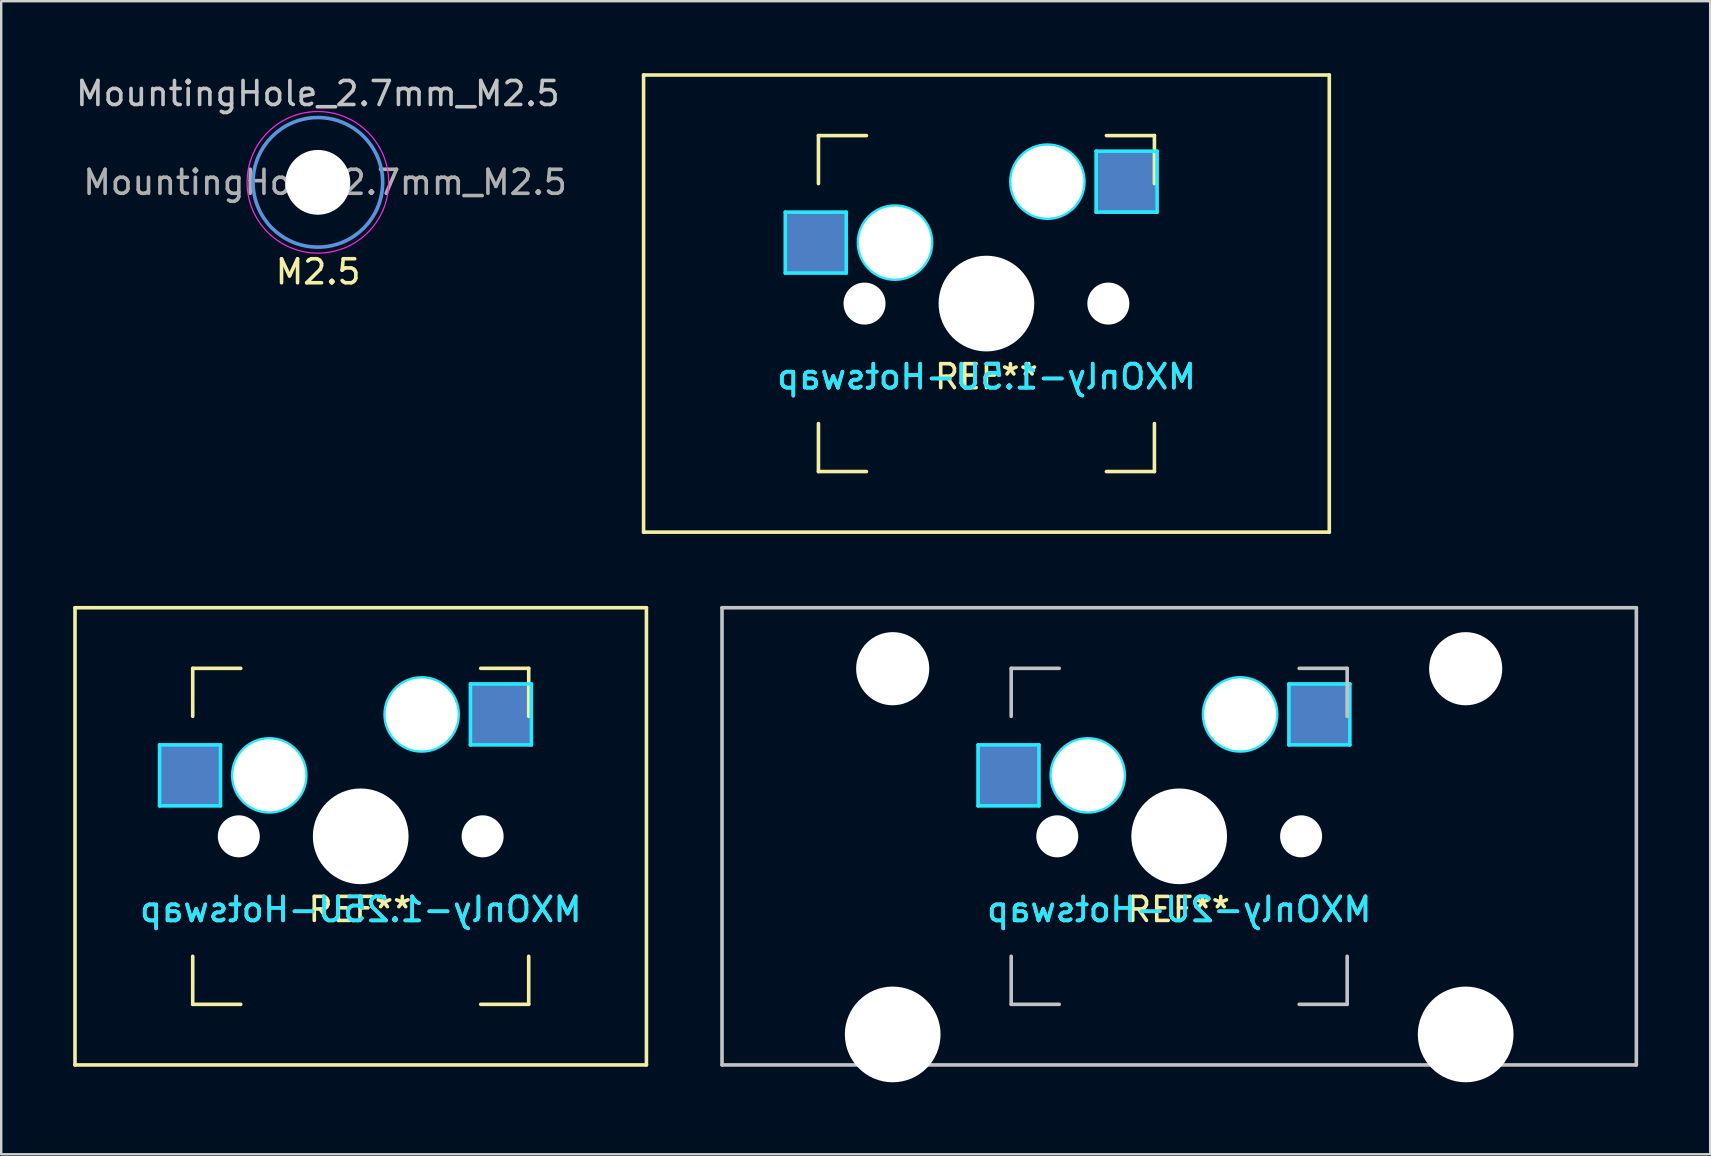
<source format=kicad_pcb>
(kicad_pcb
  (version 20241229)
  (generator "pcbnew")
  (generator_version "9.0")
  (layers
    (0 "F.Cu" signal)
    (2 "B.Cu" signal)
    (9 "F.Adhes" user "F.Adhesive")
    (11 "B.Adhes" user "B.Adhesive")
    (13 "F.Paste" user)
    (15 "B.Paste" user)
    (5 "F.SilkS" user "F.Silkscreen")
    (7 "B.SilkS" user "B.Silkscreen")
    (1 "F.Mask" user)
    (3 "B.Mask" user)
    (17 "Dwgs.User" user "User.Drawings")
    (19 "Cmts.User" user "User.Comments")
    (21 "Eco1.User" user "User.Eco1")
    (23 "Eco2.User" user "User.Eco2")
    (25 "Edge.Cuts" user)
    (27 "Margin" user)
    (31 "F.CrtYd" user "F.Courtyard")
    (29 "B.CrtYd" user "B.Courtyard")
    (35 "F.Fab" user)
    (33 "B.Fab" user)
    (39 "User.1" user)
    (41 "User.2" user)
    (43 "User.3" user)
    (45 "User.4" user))
  (footprint "MXOnly-1.5U-Hotswap"
    (layer "F.Cu")
    (at 38.055 9.6)
    (property "Reference" "MXOnly-1.5U-Hotswap" (at 0 3.048 0) (layer "B.CrtYd") (effects (font (size 1 1) (thickness 0.15)) (justify mirror)))
    (attr smd)
    (fp_line (start -14.287 -9.525) (end 14.287 -9.525) (stroke (width 0.15) (type solid)) (layer "F.SilkS"))
    (fp_line (start -14.287 9.525) (end -14.287 -9.525) (stroke (width 0.15) (type solid)) (layer "F.SilkS"))
    (fp_line (start -7 -7) (end -7 -5) (stroke (width 0.15) (type solid)) (layer "F.SilkS"))
    (fp_line (start -7 5) (end -7 7) (stroke (width 0.15) (type solid)) (layer "F.SilkS"))
    (fp_line (start -7 7) (end -5 7) (stroke (width 0.15) (type solid)) (layer "F.SilkS"))
    (fp_line (start -5 -7) (end -7 -7) (stroke (width 0.15) (type solid)) (layer "F.SilkS"))
    (fp_line (start 5 -7) (end 7 -7) (stroke (width 0.15) (type solid)) (layer "F.SilkS"))
    (fp_line (start 5 7) (end 7 7) (stroke (width 0.15) (type solid)) (layer "F.SilkS"))
    (fp_line (start 7 -7) (end 7 -5) (stroke (width 0.15) (type solid)) (layer "F.SilkS"))
    (fp_line (start 7 7) (end 7 5) (stroke (width 0.15) (type solid)) (layer "F.SilkS"))
    (fp_line (start 14.287 -9.525) (end 14.287 9.525) (stroke (width 0.15) (type solid)) (layer "F.SilkS"))
    (fp_line (start 14.287 9.525) (end -14.287 9.525) (stroke (width 0.15) (type solid)) (layer "F.SilkS"))
    (fp_line (start -8.382 -3.81) (end -5.842 -3.81) (stroke (width 0.15) (type solid)) (layer "B.CrtYd"))
    (fp_line (start -8.382 -1.27) (end -8.382 -3.81) (stroke (width 0.15) (type solid)) (layer "B.CrtYd"))
    (fp_line (start -5.842 -3.81) (end -5.842 -1.27) (stroke (width 0.15) (type solid)) (layer "B.CrtYd"))
    (fp_line (start -5.842 -1.27) (end -8.382 -1.27) (stroke (width 0.15) (type solid)) (layer "B.CrtYd"))
    (fp_line (start 4.572 -6.35) (end 7.112 -6.35) (stroke (width 0.15) (type solid)) (layer "B.CrtYd"))
    (fp_line (start 4.572 -3.81) (end 4.572 -6.35) (stroke (width 0.15) (type solid)) (layer "B.CrtYd"))
    (fp_line (start 7.112 -6.35) (end 7.112 -3.81) (stroke (width 0.15) (type solid)) (layer "B.CrtYd"))
    (fp_line (start 7.112 -3.81) (end 4.572 -3.81) (stroke (width 0.15) (type solid)) (layer "B.CrtYd"))
    (fp_circle (center -3.81 -2.54) (end -3.81 -4.064) (stroke (width 0.15) (type solid)) (fill no) (layer "B.CrtYd"))
    (fp_circle (center 2.54 -5.08) (end 2.54 -6.604) (stroke (width 0.15) (type solid)) (fill no) (layer "B.CrtYd"))
    (fp_text user "REF**" (at 0 3.048 0) (layer "F.SilkS") (effects (font (size 1 1) (thickness 0.15))))
    (fp_text user "${REFERENCE}" (at 0 3.048 0) (layer "B.SilkS") (effects (font (size 1 1) (thickness 0.15)) (justify mirror)))
    (pad "" np_thru_hole circle (at -5.08 0 48.1) (size 1.75 1.75) (drill 1.75) (layers "*.Cu" "*.Mask"))
    (pad "" np_thru_hole circle (at -3.81 -2.54) (size 3 3) (drill 3) (layers "*.Cu" "*.Mask"))
    (pad "" np_thru_hole circle (at 0 0) (size 3.988 3.988) (drill 3.988) (layers "*.Cu" "*.Mask"))
    (pad "" np_thru_hole circle (at 2.54 -5.08) (size 3 3) (drill 3) (layers "*.Cu" "*.Mask"))
    (pad "" np_thru_hole circle (at 5.08 0 48.1) (size 1.75 1.75) (drill 1.75) (layers "*.Cu" "*.Mask"))
    (pad "1" smd rect (at -7.085 -2.54) (size 2.55 2.5) (layers "B.Cu" "B.Mask" "B.Paste"))
    (pad "2" smd rect (at 5.842 -5.08) (size 2.55 2.5) (layers "B.Cu" "B.Mask" "B.Paste")))
  (footprint "MountingHole_2.7mm_M2.5"
    (layer "F.Cu")
    (at 10.196 4.548)
    (property "Reference" "MountingHole_2.7mm_M2.5" (at 0 -3.7 0) (layer "Dwgs.User") (effects (font (size 1 1) (thickness 0.15))))
    (attr exclude_from_pos_files exclude_from_bom)
    (fp_circle (center 0 0) (end 2.7 0) (stroke (width 0.15) (type solid)) (fill no) (layer "Cmts.User"))
    (fp_circle (center 0 0) (end 2.95 0) (stroke (width 0.05) (type solid)) (fill no) (layer "F.CrtYd"))
    (fp_text user "M2.5" (at 0.01 3.73 0) (layer "F.SilkS") (effects (font (size 1 1) (thickness 0.15))))
    (fp_text user "${REFERENCE}" (at 0.3 0 0) (layer "F.Fab") (effects (font (size 1 1) (thickness 0.15))))
    (pad "" np_thru_hole circle (at 0 0) (size 2.7 2.7) (drill 2.7) (layers "*.Cu" "*.Mask")))
  (footprint "MXOnly-1.25U-Hotswap"
    (layer "F.Cu")
    (at 11.981 31.8)
    (property "Reference" "MXOnly-1.25U-Hotswap" (at 0 3.048 0) (layer "B.CrtYd") (effects (font (size 1 1) (thickness 0.15)) (justify mirror)))
    (attr smd)
    (fp_line (start -11.906 -9.525) (end 11.906 -9.525) (stroke (width 0.15) (type solid)) (layer "F.SilkS"))
    (fp_line (start -11.906 9.525) (end -11.906 -9.525) (stroke (width 0.15) (type solid)) (layer "F.SilkS"))
    (fp_line (start -7 -7) (end -7 -5) (stroke (width 0.15) (type solid)) (layer "F.SilkS"))
    (fp_line (start -7 5) (end -7 7) (stroke (width 0.15) (type solid)) (layer "F.SilkS"))
    (fp_line (start -7 7) (end -5 7) (stroke (width 0.15) (type solid)) (layer "F.SilkS"))
    (fp_line (start -5 -7) (end -7 -7) (stroke (width 0.15) (type solid)) (layer "F.SilkS"))
    (fp_line (start 5 -7) (end 7 -7) (stroke (width 0.15) (type solid)) (layer "F.SilkS"))
    (fp_line (start 5 7) (end 7 7) (stroke (width 0.15) (type solid)) (layer "F.SilkS"))
    (fp_line (start 7 -7) (end 7 -5) (stroke (width 0.15) (type solid)) (layer "F.SilkS"))
    (fp_line (start 7 7) (end 7 5) (stroke (width 0.15) (type solid)) (layer "F.SilkS"))
    (fp_line (start 11.906 -9.525) (end 11.906 9.525) (stroke (width 0.15) (type solid)) (layer "F.SilkS"))
    (fp_line (start 11.906 9.525) (end -11.906 9.525) (stroke (width 0.15) (type solid)) (layer "F.SilkS"))
    (fp_line (start -8.382 -3.81) (end -5.842 -3.81) (stroke (width 0.15) (type solid)) (layer "B.CrtYd"))
    (fp_line (start -8.382 -1.27) (end -8.382 -3.81) (stroke (width 0.15) (type solid)) (layer "B.CrtYd"))
    (fp_line (start -5.842 -3.81) (end -5.842 -1.27) (stroke (width 0.15) (type solid)) (layer "B.CrtYd"))
    (fp_line (start -5.842 -1.27) (end -8.382 -1.27) (stroke (width 0.15) (type solid)) (layer "B.CrtYd"))
    (fp_line (start 4.572 -6.35) (end 7.112 -6.35) (stroke (width 0.15) (type solid)) (layer "B.CrtYd"))
    (fp_line (start 4.572 -3.81) (end 4.572 -6.35) (stroke (width 0.15) (type solid)) (layer "B.CrtYd"))
    (fp_line (start 7.112 -6.35) (end 7.112 -3.81) (stroke (width 0.15) (type solid)) (layer "B.CrtYd"))
    (fp_line (start 7.112 -3.81) (end 4.572 -3.81) (stroke (width 0.15) (type solid)) (layer "B.CrtYd"))
    (fp_circle (center -3.81 -2.54) (end -3.81 -4.064) (stroke (width 0.15) (type solid)) (fill no) (layer "B.CrtYd"))
    (fp_circle (center 2.54 -5.08) (end 2.54 -6.604) (stroke (width 0.15) (type solid)) (fill no) (layer "B.CrtYd"))
    (fp_text user "REF**" (at -0.03 3.048 0) (layer "F.SilkS") (effects (font (size 1 1) (thickness 0.15))))
    (fp_text user "${REFERENCE}" (at 0 3.048 0) (layer "B.SilkS") (effects (font (size 1 1) (thickness 0.15)) (justify mirror)))
    (pad "" np_thru_hole circle (at -5.08 0 48.1) (size 1.75 1.75) (drill 1.75) (layers "*.Cu" "*.Mask"))
    (pad "" np_thru_hole circle (at -3.81 -2.54) (size 3 3) (drill 3) (layers "*.Cu" "*.Mask"))
    (pad "" np_thru_hole circle (at 0 0) (size 3.988 3.988) (drill 3.988) (layers "*.Cu" "*.Mask"))
    (pad "" np_thru_hole circle (at 2.54 -5.08) (size 3 3) (drill 3) (layers "*.Cu" "*.Mask"))
    (pad "" np_thru_hole circle (at 5.08 0 48.1) (size 1.75 1.75) (drill 1.75) (layers "*.Cu" "*.Mask"))
    (pad "1" smd rect (at -7.085 -2.54) (size 2.55 2.5) (layers "B.Cu" "B.Mask" "B.Paste"))
    (pad "2" smd rect (at 5.842 -5.08) (size 2.55 2.5) (layers "B.Cu" "B.Mask" "B.Paste")))
  (footprint "MXOnly-2U-Hotswap"
    (layer "F.Cu")
    (at 46.087 31.8)
    (property "Reference" "MXOnly-2U-Hotswap" (at 0 3.048 0) (layer "B.CrtYd") (effects (font (size 1 1) (thickness 0.15)) (justify mirror)))
    (attr smd)
    (fp_line (start -19.05 -9.525) (end 19.05 -9.525) (stroke (width 0.15) (type solid)) (layer "Dwgs.User"))
    (fp_line (start -19.05 9.525) (end -19.05 -9.525) (stroke (width 0.15) (type solid)) (layer "Dwgs.User"))
    (fp_line (start -7 -7) (end -7 -5) (stroke (width 0.15) (type solid)) (layer "Dwgs.User"))
    (fp_line (start -7 5) (end -7 7) (stroke (width 0.15) (type solid)) (layer "Dwgs.User"))
    (fp_line (start -7 7) (end -5 7) (stroke (width 0.15) (type solid)) (layer "Dwgs.User"))
    (fp_line (start -5 -7) (end -7 -7) (stroke (width 0.15) (type solid)) (layer "Dwgs.User"))
    (fp_line (start 5 -7) (end 7 -7) (stroke (width 0.15) (type solid)) (layer "Dwgs.User"))
    (fp_line (start 5 7) (end 7 7) (stroke (width 0.15) (type solid)) (layer "Dwgs.User"))
    (fp_line (start 7 -7) (end 7 -5) (stroke (width 0.15) (type solid)) (layer "Dwgs.User"))
    (fp_line (start 7 7) (end 7 5) (stroke (width 0.15) (type solid)) (layer "Dwgs.User"))
    (fp_line (start 19.05 -9.525) (end 19.05 9.525) (stroke (width 0.15) (type solid)) (layer "Dwgs.User"))
    (fp_line (start 19.05 9.525) (end -19.05 9.525) (stroke (width 0.15) (type solid)) (layer "Dwgs.User"))
    (fp_line (start -8.382 -3.81) (end -5.842 -3.81) (stroke (width 0.15) (type solid)) (layer "B.CrtYd"))
    (fp_line (start -8.382 -1.27) (end -8.382 -3.81) (stroke (width 0.15) (type solid)) (layer "B.CrtYd"))
    (fp_line (start -5.842 -3.81) (end -5.842 -1.27) (stroke (width 0.15) (type solid)) (layer "B.CrtYd"))
    (fp_line (start -5.842 -1.27) (end -8.382 -1.27) (stroke (width 0.15) (type solid)) (layer "B.CrtYd"))
    (fp_line (start 4.572 -6.35) (end 7.112 -6.35) (stroke (width 0.15) (type solid)) (layer "B.CrtYd"))
    (fp_line (start 4.572 -3.81) (end 4.572 -6.35) (stroke (width 0.15) (type solid)) (layer "B.CrtYd"))
    (fp_line (start 7.112 -6.35) (end 7.112 -3.81) (stroke (width 0.15) (type solid)) (layer "B.CrtYd"))
    (fp_line (start 7.112 -3.81) (end 4.572 -3.81) (stroke (width 0.15) (type solid)) (layer "B.CrtYd"))
    (fp_circle (center -3.81 -2.54) (end -3.81 -4.064) (stroke (width 0.15) (type solid)) (fill no) (layer "B.CrtYd"))
    (fp_circle (center 2.54 -5.08) (end 2.54 -6.604) (stroke (width 0.15) (type solid)) (fill no) (layer "B.CrtYd"))
    (fp_text user "REF**" (at -0.03 3.048 0) (layer "F.SilkS") (effects (font (size 1 1) (thickness 0.15))))
    (fp_text user "${REFERENCE}" (at 0 3.048 0) (layer "B.SilkS") (effects (font (size 1 1) (thickness 0.15)) (justify mirror)))
    (pad "" np_thru_hole circle (at -11.938 -6.985) (size 3.048 3.048) (drill 3.048) (layers "*.Cu" "*.Mask"))
    (pad "" np_thru_hole circle (at -11.938 8.255) (size 3.988 3.988) (drill 3.988) (layers "*.Cu" "*.Mask"))
    (pad "" np_thru_hole circle (at -5.08 0 48.1) (size 1.75 1.75) (drill 1.75) (layers "*.Cu" "*.Mask"))
    (pad "" np_thru_hole circle (at -3.81 -2.54) (size 3 3) (drill 3) (layers "*.Cu" "*.Mask"))
    (pad "" np_thru_hole circle (at 0 0) (size 3.988 3.988) (drill 3.988) (layers "*.Cu" "*.Mask"))
    (pad "" np_thru_hole circle (at 2.54 -5.08) (size 3 3) (drill 3) (layers "*.Cu" "*.Mask"))
    (pad "" np_thru_hole circle (at 5.08 0 48.1) (size 1.75 1.75) (drill 1.75) (layers "*.Cu" "*.Mask"))
    (pad "" np_thru_hole circle (at 11.938 -6.985) (size 3.048 3.048) (drill 3.048) (layers "*.Cu" "*.Mask"))
    (pad "" np_thru_hole circle (at 11.938 8.255) (size 3.988 3.988) (drill 3.988) (layers "*.Cu" "*.Mask"))
    (pad "1" smd rect (at -7.085 -2.54) (size 2.55 2.5) (layers "B.Cu" "B.Mask" "B.Paste"))
    (pad "2" smd rect (at 5.842 -5.08) (size 2.55 2.5) (layers "B.Cu" "B.Mask" "B.Paste")))
  (gr_rect
    (start -3 -3)
    (end 68.213 45.049)
    (stroke (width 0.1) (type default))
    (fill no)
    (layer "Edge.Cuts")))
</source>
